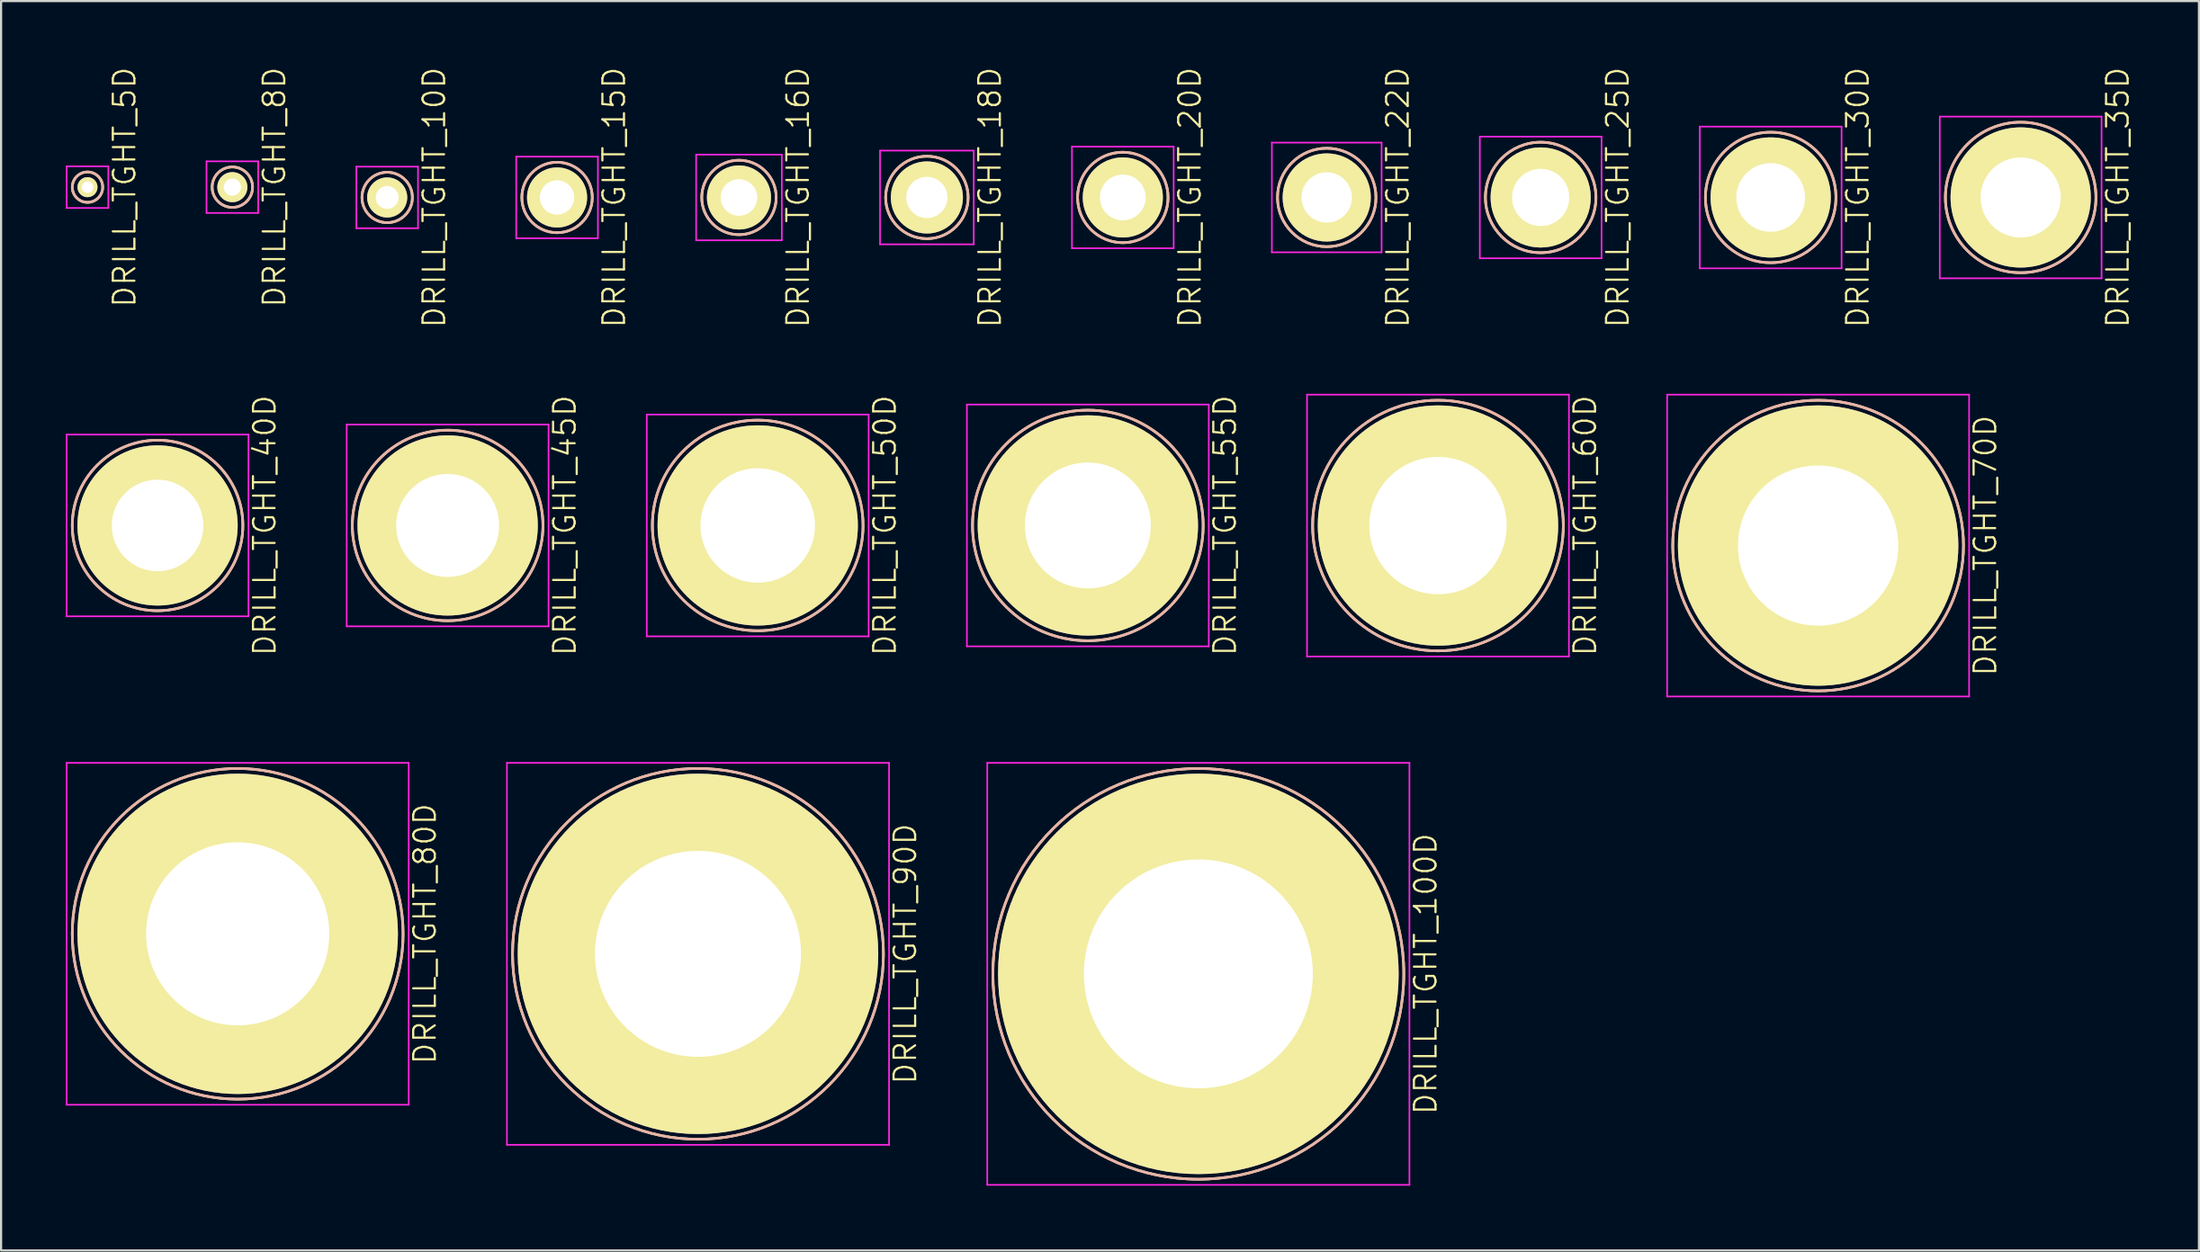
<source format=kicad_pcb>
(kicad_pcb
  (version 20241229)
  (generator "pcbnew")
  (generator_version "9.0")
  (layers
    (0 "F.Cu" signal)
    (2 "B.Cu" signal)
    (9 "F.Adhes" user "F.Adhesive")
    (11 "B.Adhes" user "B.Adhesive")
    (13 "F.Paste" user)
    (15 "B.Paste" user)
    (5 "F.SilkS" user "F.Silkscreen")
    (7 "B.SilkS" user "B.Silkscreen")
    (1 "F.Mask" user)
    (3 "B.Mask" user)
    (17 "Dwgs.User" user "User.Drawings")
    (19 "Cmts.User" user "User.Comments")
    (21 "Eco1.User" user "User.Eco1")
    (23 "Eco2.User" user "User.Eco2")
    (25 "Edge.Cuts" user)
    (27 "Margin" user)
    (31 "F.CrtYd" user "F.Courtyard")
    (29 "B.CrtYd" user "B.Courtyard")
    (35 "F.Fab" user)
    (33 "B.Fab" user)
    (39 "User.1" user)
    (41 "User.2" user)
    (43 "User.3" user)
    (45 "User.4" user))
  (footprint "DRILL_TGHT_45D"
    (layer "F.Cu")
    (at 17.68 21.293)
    (property "Reference" "DRILL_TGHT_45D" (at 5.424 0 90) (layer "F.SilkS") (effects (font (size 1 1) (thickness 0.1))))
    (attr through_hole)
    (fp_circle (center 0 0) (end 4.414 0) (stroke (width 0.12) (type solid)) (fill no) (layer "F.SilkS"))
    (fp_circle (center 0 0) (end 4.414 0) (stroke (width 0.12) (type solid)) (fill no) (layer "B.SilkS"))
    (fp_line (start -4.674 -4.674) (end -4.674 4.674) (stroke (width 0.075) (type solid)) (layer "F.CrtYd"))
    (fp_line (start -4.674 4.674) (end 4.674 4.674) (stroke (width 0.075) (type solid)) (layer "F.CrtYd"))
    (fp_line (start 4.674 -4.674) (end -4.674 -4.674) (stroke (width 0.075) (type solid)) (layer "F.CrtYd"))
    (fp_line (start 4.674 4.674) (end 4.674 -4.674) (stroke (width 0.075) (type solid)) (layer "F.CrtYd"))
    (pad "1" thru_hole oval (at 0 0) (size 8.348 8.348) (drill 4.77) (layers "*.Cu" "*.Mask" "F.SilkS")))
  (footprint "DRILL_TGHT_5D"
    (layer "F.Cu")
    (at 1.002 5.621)
    (property "Reference" "DRILL_TGHT_5D" (at 1.714 0 90) (layer "F.SilkS") (effects (font (size 1 1) (thickness 0.1))))
    (attr through_hole)
    (fp_circle (center 0 0) (end 0.704 0) (stroke (width 0.12) (type solid)) (fill no) (layer "F.SilkS"))
    (fp_circle (center 0 0) (end 0.704 0) (stroke (width 0.12) (type solid)) (fill no) (layer "B.SilkS"))
    (fp_line (start -0.964 -0.964) (end -0.964 0.964) (stroke (width 0.075) (type solid)) (layer "F.CrtYd"))
    (fp_line (start -0.964 0.964) (end 0.964 0.964) (stroke (width 0.075) (type solid)) (layer "F.CrtYd"))
    (fp_line (start 0.964 -0.964) (end -0.964 -0.964) (stroke (width 0.075) (type solid)) (layer "F.CrtYd"))
    (fp_line (start 0.964 0.964) (end 0.964 -0.964) (stroke (width 0.075) (type solid)) (layer "F.CrtYd"))
    (pad "1" thru_hole oval (at 0 0) (size 0.927 0.927) (drill 0.53) (layers "*.Cu" "*.Mask" "F.SilkS")))
  (footprint "DRILL_TGHT_70D"
    (layer "F.Cu")
    (at 81.145 22.225)
    (property "Reference" "DRILL_TGHT_70D" (at 7.742 0 90) (layer "F.SilkS") (effects (font (size 1 1) (thickness 0.1))))
    (attr through_hole)
    (fp_circle (center 0 0) (end 6.732 0) (stroke (width 0.12) (type solid)) (fill no) (layer "F.SilkS"))
    (fp_circle (center 0 0) (end 6.732 0) (stroke (width 0.12) (type solid)) (fill no) (layer "B.SilkS"))
    (fp_line (start -6.992 -6.992) (end -6.992 6.992) (stroke (width 0.075) (type solid)) (layer "F.CrtYd"))
    (fp_line (start -6.992 6.992) (end 6.992 6.992) (stroke (width 0.075) (type solid)) (layer "F.CrtYd"))
    (fp_line (start 6.992 -6.992) (end -6.992 -6.992) (stroke (width 0.075) (type solid)) (layer "F.CrtYd"))
    (fp_line (start 6.992 6.992) (end 6.992 -6.992) (stroke (width 0.075) (type solid)) (layer "F.CrtYd"))
    (pad "1" thru_hole oval (at 0 0) (size 12.985 12.985) (drill 7.42) (layers "*.Cu" "*.Mask" "F.SilkS")))
  (footprint "DRILL_TGHT_10D"
    (layer "F.Cu")
    (at 14.88 6.098)
    (property "Reference" "DRILL_TGHT_10D" (at 2.178 0 90) (layer "F.SilkS") (effects (font (size 1 1) (thickness 0.1))))
    (attr through_hole)
    (fp_circle (center 0 0) (end 1.167 0) (stroke (width 0.12) (type solid)) (fill no) (layer "F.SilkS"))
    (fp_circle (center 0 0) (end 1.167 0) (stroke (width 0.12) (type solid)) (fill no) (layer "B.SilkS"))
    (fp_line (start -1.427 -1.427) (end -1.427 1.427) (stroke (width 0.075) (type solid)) (layer "F.CrtYd"))
    (fp_line (start -1.427 1.427) (end 1.427 1.427) (stroke (width 0.075) (type solid)) (layer "F.CrtYd"))
    (fp_line (start 1.427 -1.427) (end -1.427 -1.427) (stroke (width 0.075) (type solid)) (layer "F.CrtYd"))
    (fp_line (start 1.427 1.427) (end 1.427 -1.427) (stroke (width 0.075) (type solid)) (layer "F.CrtYd"))
    (pad "1" thru_hole oval (at 0 0) (size 1.855 1.855) (drill 1.06) (layers "*.Cu" "*.Mask" "F.SilkS")))
  (footprint "DRILL_TGHT_20D"
    (layer "F.Cu")
    (at 48.946 6.098)
    (property "Reference" "DRILL_TGHT_20D" (at 3.105 0 90) (layer "F.SilkS") (effects (font (size 1 1) (thickness 0.1))))
    (attr through_hole)
    (fp_circle (center 0 0) (end 2.095 0) (stroke (width 0.12) (type solid)) (fill no) (layer "F.SilkS"))
    (fp_circle (center 0 0) (end 2.095 0) (stroke (width 0.12) (type solid)) (fill no) (layer "B.SilkS"))
    (fp_line (start -2.355 -2.355) (end -2.355 2.355) (stroke (width 0.075) (type solid)) (layer "F.CrtYd"))
    (fp_line (start -2.355 2.355) (end 2.355 2.355) (stroke (width 0.075) (type solid)) (layer "F.CrtYd"))
    (fp_line (start 2.355 -2.355) (end -2.355 -2.355) (stroke (width 0.075) (type solid)) (layer "F.CrtYd"))
    (fp_line (start 2.355 2.355) (end 2.355 -2.355) (stroke (width 0.075) (type solid)) (layer "F.CrtYd"))
    (pad "1" thru_hole oval (at 0 0) (size 3.71 3.71) (drill 2.12) (layers "*.Cu" "*.Mask" "F.SilkS")))
  (footprint "DRILL_TGHT_35D"
    (layer "F.Cu")
    (at 90.525 6.098)
    (property "Reference" "DRILL_TGHT_35D" (at 4.496 0 90) (layer "F.SilkS") (effects (font (size 1 1) (thickness 0.1))))
    (attr through_hole)
    (fp_circle (center 0 0) (end 3.486 0) (stroke (width 0.12) (type solid)) (fill no) (layer "F.SilkS"))
    (fp_circle (center 0 0) (end 3.486 0) (stroke (width 0.12) (type solid)) (fill no) (layer "B.SilkS"))
    (fp_line (start -3.746 -3.746) (end -3.746 3.746) (stroke (width 0.075) (type solid)) (layer "F.CrtYd"))
    (fp_line (start -3.746 3.746) (end 3.746 3.746) (stroke (width 0.075) (type solid)) (layer "F.CrtYd"))
    (fp_line (start 3.746 -3.746) (end -3.746 -3.746) (stroke (width 0.075) (type solid)) (layer "F.CrtYd"))
    (fp_line (start 3.746 3.746) (end 3.746 -3.746) (stroke (width 0.075) (type solid)) (layer "F.CrtYd"))
    (pad "1" thru_hole oval (at 0 0) (size 6.492 6.492) (drill 3.71) (layers "*.Cu" "*.Mask" "F.SilkS")))
  (footprint "DRILL_TGHT_50D"
    (layer "F.Cu")
    (at 32.039 21.293)
    (property "Reference" "DRILL_TGHT_50D" (at 5.888 0 90) (layer "F.SilkS") (effects (font (size 1 1) (thickness 0.1))))
    (attr through_hole)
    (fp_circle (center 0 0) (end 4.878 0) (stroke (width 0.12) (type solid)) (fill no) (layer "F.SilkS"))
    (fp_circle (center 0 0) (end 4.878 0) (stroke (width 0.12) (type solid)) (fill no) (layer "B.SilkS"))
    (fp_line (start -5.138 -5.138) (end -5.138 5.138) (stroke (width 0.075) (type solid)) (layer "F.CrtYd"))
    (fp_line (start -5.138 5.138) (end 5.138 5.138) (stroke (width 0.075) (type solid)) (layer "F.CrtYd"))
    (fp_line (start 5.138 -5.138) (end -5.138 -5.138) (stroke (width 0.075) (type solid)) (layer "F.CrtYd"))
    (fp_line (start 5.138 5.138) (end 5.138 -5.138) (stroke (width 0.075) (type solid)) (layer "F.CrtYd"))
    (pad "1" thru_hole oval (at 0 0) (size 9.275 9.275) (drill 5.3) (layers "*.Cu" "*.Mask" "F.SilkS")))
  (footprint "DRILL_TGHT_15D"
    (layer "F.Cu")
    (at 22.747 6.098)
    (property "Reference" "DRILL_TGHT_15D" (at 2.641 0 90) (layer "F.SilkS") (effects (font (size 1 1) (thickness 0.1))))
    (attr through_hole)
    (fp_circle (center 0 0) (end 1.631 0) (stroke (width 0.12) (type solid)) (fill no) (layer "F.SilkS"))
    (fp_circle (center 0 0) (end 1.631 0) (stroke (width 0.12) (type solid)) (fill no) (layer "B.SilkS"))
    (fp_line (start -1.891 -1.891) (end -1.891 1.891) (stroke (width 0.075) (type solid)) (layer "F.CrtYd"))
    (fp_line (start -1.891 1.891) (end 1.891 1.891) (stroke (width 0.075) (type solid)) (layer "F.CrtYd"))
    (fp_line (start 1.891 -1.891) (end -1.891 -1.891) (stroke (width 0.075) (type solid)) (layer "F.CrtYd"))
    (fp_line (start 1.891 1.891) (end 1.891 -1.891) (stroke (width 0.075) (type solid)) (layer "F.CrtYd"))
    (pad "1" thru_hole oval (at 0 0) (size 2.783 2.783) (drill 1.59) (layers "*.Cu" "*.Mask" "F.SilkS")))
  (footprint "DRILL_TGHT_22D"
    (layer "F.Cu")
    (at 58.389 6.098)
    (property "Reference" "DRILL_TGHT_22D" (at 3.291 0 90) (layer "F.SilkS") (effects (font (size 1 1) (thickness 0.1))))
    (attr through_hole)
    (fp_circle (center 0 0) (end 2.28 0) (stroke (width 0.12) (type solid)) (fill no) (layer "F.SilkS"))
    (fp_circle (center 0 0) (end 2.28 0) (stroke (width 0.12) (type solid)) (fill no) (layer "B.SilkS"))
    (fp_line (start -2.541 -2.541) (end -2.541 2.541) (stroke (width 0.075) (type solid)) (layer "F.CrtYd"))
    (fp_line (start -2.541 2.541) (end 2.541 2.541) (stroke (width 0.075) (type solid)) (layer "F.CrtYd"))
    (fp_line (start 2.541 -2.541) (end -2.541 -2.541) (stroke (width 0.075) (type solid)) (layer "F.CrtYd"))
    (fp_line (start 2.541 2.541) (end 2.541 -2.541) (stroke (width 0.075) (type solid)) (layer "F.CrtYd"))
    (pad "1" thru_hole oval (at 0 0) (size 4.081 4.081) (drill 2.332) (layers "*.Cu" "*.Mask" "F.SilkS")))
  (footprint "DRILL_TGHT_80D"
    (layer "F.Cu")
    (at 7.957 40.212)
    (property "Reference" "DRILL_TGHT_80D" (at 8.67 0 90) (layer "F.SilkS") (effects (font (size 1 1) (thickness 0.1))))
    (attr through_hole)
    (fp_circle (center 0 0) (end 7.66 0) (stroke (width 0.12) (type solid)) (fill no) (layer "F.SilkS"))
    (fp_circle (center 0 0) (end 7.66 0) (stroke (width 0.12) (type solid)) (fill no) (layer "B.SilkS"))
    (fp_line (start -7.92 -7.92) (end -7.92 7.92) (stroke (width 0.075) (type solid)) (layer "F.CrtYd"))
    (fp_line (start -7.92 7.92) (end 7.92 7.92) (stroke (width 0.075) (type solid)) (layer "F.CrtYd"))
    (fp_line (start 7.92 -7.92) (end -7.92 -7.92) (stroke (width 0.075) (type solid)) (layer "F.CrtYd"))
    (fp_line (start 7.92 7.92) (end 7.92 -7.92) (stroke (width 0.075) (type solid)) (layer "F.CrtYd"))
    (pad "1" thru_hole oval (at 0 0) (size 14.84 14.84) (drill 8.48) (layers "*.Cu" "*.Mask" "F.SilkS")))
  (footprint "DRILL_TGHT_55D"
    (layer "F.Cu")
    (at 47.327 21.293)
    (property "Reference" "DRILL_TGHT_55D" (at 6.351 0 90) (layer "F.SilkS") (effects (font (size 1 1) (thickness 0.1))))
    (attr through_hole)
    (fp_circle (center 0 0) (end 5.341 0) (stroke (width 0.12) (type solid)) (fill no) (layer "F.SilkS"))
    (fp_circle (center 0 0) (end 5.341 0) (stroke (width 0.12) (type solid)) (fill no) (layer "B.SilkS"))
    (fp_line (start -5.601 -5.601) (end -5.601 5.601) (stroke (width 0.075) (type solid)) (layer "F.CrtYd"))
    (fp_line (start -5.601 5.601) (end 5.601 5.601) (stroke (width 0.075) (type solid)) (layer "F.CrtYd"))
    (fp_line (start 5.601 -5.601) (end -5.601 -5.601) (stroke (width 0.075) (type solid)) (layer "F.CrtYd"))
    (fp_line (start 5.601 5.601) (end 5.601 -5.601) (stroke (width 0.075) (type solid)) (layer "F.CrtYd"))
    (pad "1" thru_hole oval (at 0 0) (size 10.203 10.203) (drill 5.83) (layers "*.Cu" "*.Mask" "F.SilkS")))
  (footprint "DRILL_TGHT_30D"
    (layer "F.Cu")
    (at 78.948 6.098)
    (property "Reference" "DRILL_TGHT_30D" (at 4.033 0 90) (layer "F.SilkS") (effects (font (size 1 1) (thickness 0.1))))
    (attr through_hole)
    (fp_circle (center 0 0) (end 3.022 0) (stroke (width 0.12) (type solid)) (fill no) (layer "F.SilkS"))
    (fp_circle (center 0 0) (end 3.022 0) (stroke (width 0.12) (type solid)) (fill no) (layer "B.SilkS"))
    (fp_line (start -3.283 -3.283) (end -3.283 3.283) (stroke (width 0.075) (type solid)) (layer "F.CrtYd"))
    (fp_line (start -3.283 3.283) (end 3.283 3.283) (stroke (width 0.075) (type solid)) (layer "F.CrtYd"))
    (fp_line (start 3.283 -3.283) (end -3.283 -3.283) (stroke (width 0.075) (type solid)) (layer "F.CrtYd"))
    (fp_line (start 3.283 3.283) (end 3.283 -3.283) (stroke (width 0.075) (type solid)) (layer "F.CrtYd"))
    (pad "1" thru_hole oval (at 0 0) (size 5.565 5.565) (drill 3.18) (layers "*.Cu" "*.Mask" "F.SilkS")))
  (footprint "DRILL_TGHT_100D"
    (layer "F.Cu")
    (at 52.444 42.067)
    (property "Reference" "DRILL_TGHT_100D" (at 10.525 0 90) (layer "F.SilkS") (effects (font (size 1 1) (thickness 0.1))))
    (attr through_hole)
    (fp_circle (center 0 0) (end 9.515 0) (stroke (width 0.12) (type solid)) (fill no) (layer "F.SilkS"))
    (fp_circle (center 0 0) (end 9.515 0) (stroke (width 0.12) (type solid)) (fill no) (layer "B.SilkS"))
    (fp_line (start -9.775 -9.775) (end -9.775 9.775) (stroke (width 0.075) (type solid)) (layer "F.CrtYd"))
    (fp_line (start -9.775 9.775) (end 9.775 9.775) (stroke (width 0.075) (type solid)) (layer "F.CrtYd"))
    (fp_line (start 9.775 -9.775) (end -9.775 -9.775) (stroke (width 0.075) (type solid)) (layer "F.CrtYd"))
    (fp_line (start 9.775 9.775) (end 9.775 -9.775) (stroke (width 0.075) (type solid)) (layer "F.CrtYd"))
    (pad "1" thru_hole oval (at 0 0) (size 18.55 18.55) (drill 10.6) (layers "*.Cu" "*.Mask" "F.SilkS")))
  (footprint "DRILL_TGHT_25D"
    (layer "F.Cu")
    (at 68.297 6.098)
    (property "Reference" "DRILL_TGHT_25D" (at 3.569 0 90) (layer "F.SilkS") (effects (font (size 1 1) (thickness 0.1))))
    (attr through_hole)
    (fp_circle (center 0 0) (end 2.559 0) (stroke (width 0.12) (type solid)) (fill no) (layer "F.SilkS"))
    (fp_circle (center 0 0) (end 2.559 0) (stroke (width 0.12) (type solid)) (fill no) (layer "B.SilkS"))
    (fp_line (start -2.819 -2.819) (end -2.819 2.819) (stroke (width 0.075) (type solid)) (layer "F.CrtYd"))
    (fp_line (start -2.819 2.819) (end 2.819 2.819) (stroke (width 0.075) (type solid)) (layer "F.CrtYd"))
    (fp_line (start 2.819 -2.819) (end -2.819 -2.819) (stroke (width 0.075) (type solid)) (layer "F.CrtYd"))
    (fp_line (start 2.819 2.819) (end 2.819 -2.819) (stroke (width 0.075) (type solid)) (layer "F.CrtYd"))
    (pad "1" thru_hole oval (at 0 0) (size 4.638 4.638) (drill 2.65) (layers "*.Cu" "*.Mask" "F.SilkS")))
  (footprint "DRILL_TGHT_18D"
    (layer "F.Cu")
    (at 39.873 6.098)
    (property "Reference" "DRILL_TGHT_18D" (at 2.92 0 90) (layer "F.SilkS") (effects (font (size 1 1) (thickness 0.1))))
    (attr through_hole)
    (fp_circle (center 0 0) (end 1.91 0) (stroke (width 0.12) (type solid)) (fill no) (layer "F.SilkS"))
    (fp_circle (center 0 0) (end 1.91 0) (stroke (width 0.12) (type solid)) (fill no) (layer "B.SilkS"))
    (fp_line (start -2.17 -2.17) (end -2.17 2.17) (stroke (width 0.075) (type solid)) (layer "F.CrtYd"))
    (fp_line (start -2.17 2.17) (end 2.17 2.17) (stroke (width 0.075) (type solid)) (layer "F.CrtYd"))
    (fp_line (start 2.17 -2.17) (end -2.17 -2.17) (stroke (width 0.075) (type solid)) (layer "F.CrtYd"))
    (fp_line (start 2.17 2.17) (end 2.17 -2.17) (stroke (width 0.075) (type solid)) (layer "F.CrtYd"))
    (pad "1" thru_hole oval (at 0 0) (size 3.339 3.339) (drill 1.908) (layers "*.Cu" "*.Mask" "F.SilkS")))
  (footprint "DRILL_TGHT_90D"
    (layer "F.Cu")
    (at 29.273 41.14)
    (property "Reference" "DRILL_TGHT_90D" (at 9.598 0 90) (layer "F.SilkS") (effects (font (size 1 1) (thickness 0.1))))
    (attr through_hole)
    (fp_circle (center 0 0) (end 8.588 0) (stroke (width 0.12) (type solid)) (fill no) (layer "F.SilkS"))
    (fp_circle (center 0 0) (end 8.588 0) (stroke (width 0.12) (type solid)) (fill no) (layer "B.SilkS"))
    (fp_line (start -8.848 -8.848) (end -8.848 8.848) (stroke (width 0.075) (type solid)) (layer "F.CrtYd"))
    (fp_line (start -8.848 8.848) (end 8.848 8.848) (stroke (width 0.075) (type solid)) (layer "F.CrtYd"))
    (fp_line (start 8.848 -8.848) (end -8.848 -8.848) (stroke (width 0.075) (type solid)) (layer "F.CrtYd"))
    (fp_line (start 8.848 8.848) (end 8.848 -8.848) (stroke (width 0.075) (type solid)) (layer "F.CrtYd"))
    (pad "1" thru_hole oval (at 0 0) (size 16.695 16.695) (drill 9.54) (layers "*.Cu" "*.Mask" "F.SilkS")))
  (footprint "DRILL_TGHT_60D"
    (layer "F.Cu")
    (at 63.541 21.298)
    (property "Reference" "DRILL_TGHT_60D" (at 6.815 0 90) (layer "F.SilkS") (effects (font (size 1 1) (thickness 0.1))))
    (attr through_hole)
    (fp_circle (center 0 0) (end 5.805 0) (stroke (width 0.12) (type solid)) (fill no) (layer "F.SilkS"))
    (fp_circle (center 0 0) (end 5.805 0) (stroke (width 0.12) (type solid)) (fill no) (layer "B.SilkS"))
    (fp_line (start -6.065 -6.065) (end -6.065 6.065) (stroke (width 0.075) (type solid)) (layer "F.CrtYd"))
    (fp_line (start -6.065 6.065) (end 6.065 6.065) (stroke (width 0.075) (type solid)) (layer "F.CrtYd"))
    (fp_line (start 6.065 -6.065) (end -6.065 -6.065) (stroke (width 0.075) (type solid)) (layer "F.CrtYd"))
    (fp_line (start 6.065 6.065) (end 6.065 -6.065) (stroke (width 0.075) (type solid)) (layer "F.CrtYd"))
    (pad "1" thru_hole oval (at 0 0) (size 11.13 11.13) (drill 6.36) (layers "*.Cu" "*.Mask" "F.SilkS")))
  (footprint "DRILL_TGHT_8D"
    (layer "F.Cu")
    (at 7.71 5.621)
    (property "Reference" "DRILL_TGHT_8D" (at 1.946 0 90) (layer "F.SilkS") (effects (font (size 1 1) (thickness 0.1))))
    (attr through_hole)
    (fp_circle (center 0 0) (end 0.936 0) (stroke (width 0.12) (type solid)) (fill no) (layer "F.SilkS"))
    (fp_circle (center 0 0) (end 0.936 0) (stroke (width 0.12) (type solid)) (fill no) (layer "B.SilkS"))
    (fp_line (start -1.196 -1.196) (end -1.196 1.196) (stroke (width 0.075) (type solid)) (layer "F.CrtYd"))
    (fp_line (start -1.196 1.196) (end 1.196 1.196) (stroke (width 0.075) (type solid)) (layer "F.CrtYd"))
    (fp_line (start 1.196 -1.196) (end -1.196 -1.196) (stroke (width 0.075) (type solid)) (layer "F.CrtYd"))
    (fp_line (start 1.196 1.196) (end 1.196 -1.196) (stroke (width 0.075) (type solid)) (layer "F.CrtYd"))
    (pad "1" thru_hole oval (at 0 0) (size 1.391 1.391) (drill 0.795) (layers "*.Cu" "*.Mask" "F.SilkS")))
  (footprint "DRILL_TGHT_16D"
    (layer "F.Cu")
    (at 31.171 6.098)
    (property "Reference" "DRILL_TGHT_16D" (at 2.734 0 90) (layer "F.SilkS") (effects (font (size 1 1) (thickness 0.1))))
    (attr through_hole)
    (fp_circle (center 0 0) (end 1.724 0) (stroke (width 0.12) (type solid)) (fill no) (layer "F.SilkS"))
    (fp_circle (center 0 0) (end 1.724 0) (stroke (width 0.12) (type solid)) (fill no) (layer "B.SilkS"))
    (fp_line (start -1.984 -1.984) (end -1.984 1.984) (stroke (width 0.075) (type solid)) (layer "F.CrtYd"))
    (fp_line (start -1.984 1.984) (end 1.984 1.984) (stroke (width 0.075) (type solid)) (layer "F.CrtYd"))
    (fp_line (start 1.984 -1.984) (end -1.984 -1.984) (stroke (width 0.075) (type solid)) (layer "F.CrtYd"))
    (fp_line (start 1.984 1.984) (end 1.984 -1.984) (stroke (width 0.075) (type solid)) (layer "F.CrtYd"))
    (pad "1" thru_hole oval (at 0 0) (size 2.968 2.968) (drill 1.696) (layers "*.Cu" "*.Mask" "F.SilkS")))
  (footprint "DRILL_TGHT_40D"
    (layer "F.Cu")
    (at 4.247 21.293)
    (property "Reference" "DRILL_TGHT_40D" (at 4.96 0 90) (layer "F.SilkS") (effects (font (size 1 1) (thickness 0.1))))
    (attr through_hole)
    (fp_circle (center 0 0) (end 3.95 0) (stroke (width 0.12) (type solid)) (fill no) (layer "F.SilkS"))
    (fp_circle (center 0 0) (end 3.95 0) (stroke (width 0.12) (type solid)) (fill no) (layer "B.SilkS"))
    (fp_line (start -4.21 -4.21) (end -4.21 4.21) (stroke (width 0.075) (type solid)) (layer "F.CrtYd"))
    (fp_line (start -4.21 4.21) (end 4.21 4.21) (stroke (width 0.075) (type solid)) (layer "F.CrtYd"))
    (fp_line (start 4.21 -4.21) (end -4.21 -4.21) (stroke (width 0.075) (type solid)) (layer "F.CrtYd"))
    (fp_line (start 4.21 4.21) (end 4.21 -4.21) (stroke (width 0.075) (type solid)) (layer "F.CrtYd"))
    (pad "1" thru_hole oval (at 0 0) (size 7.42 7.42) (drill 4.24) (layers "*.Cu" "*.Mask" "F.SilkS")))
  (gr_rect
    (start -3 -3)
    (end 98.781 54.879)
    (stroke (width 0.1) (type default))
    (fill no)
    (layer "Edge.Cuts")))
</source>
